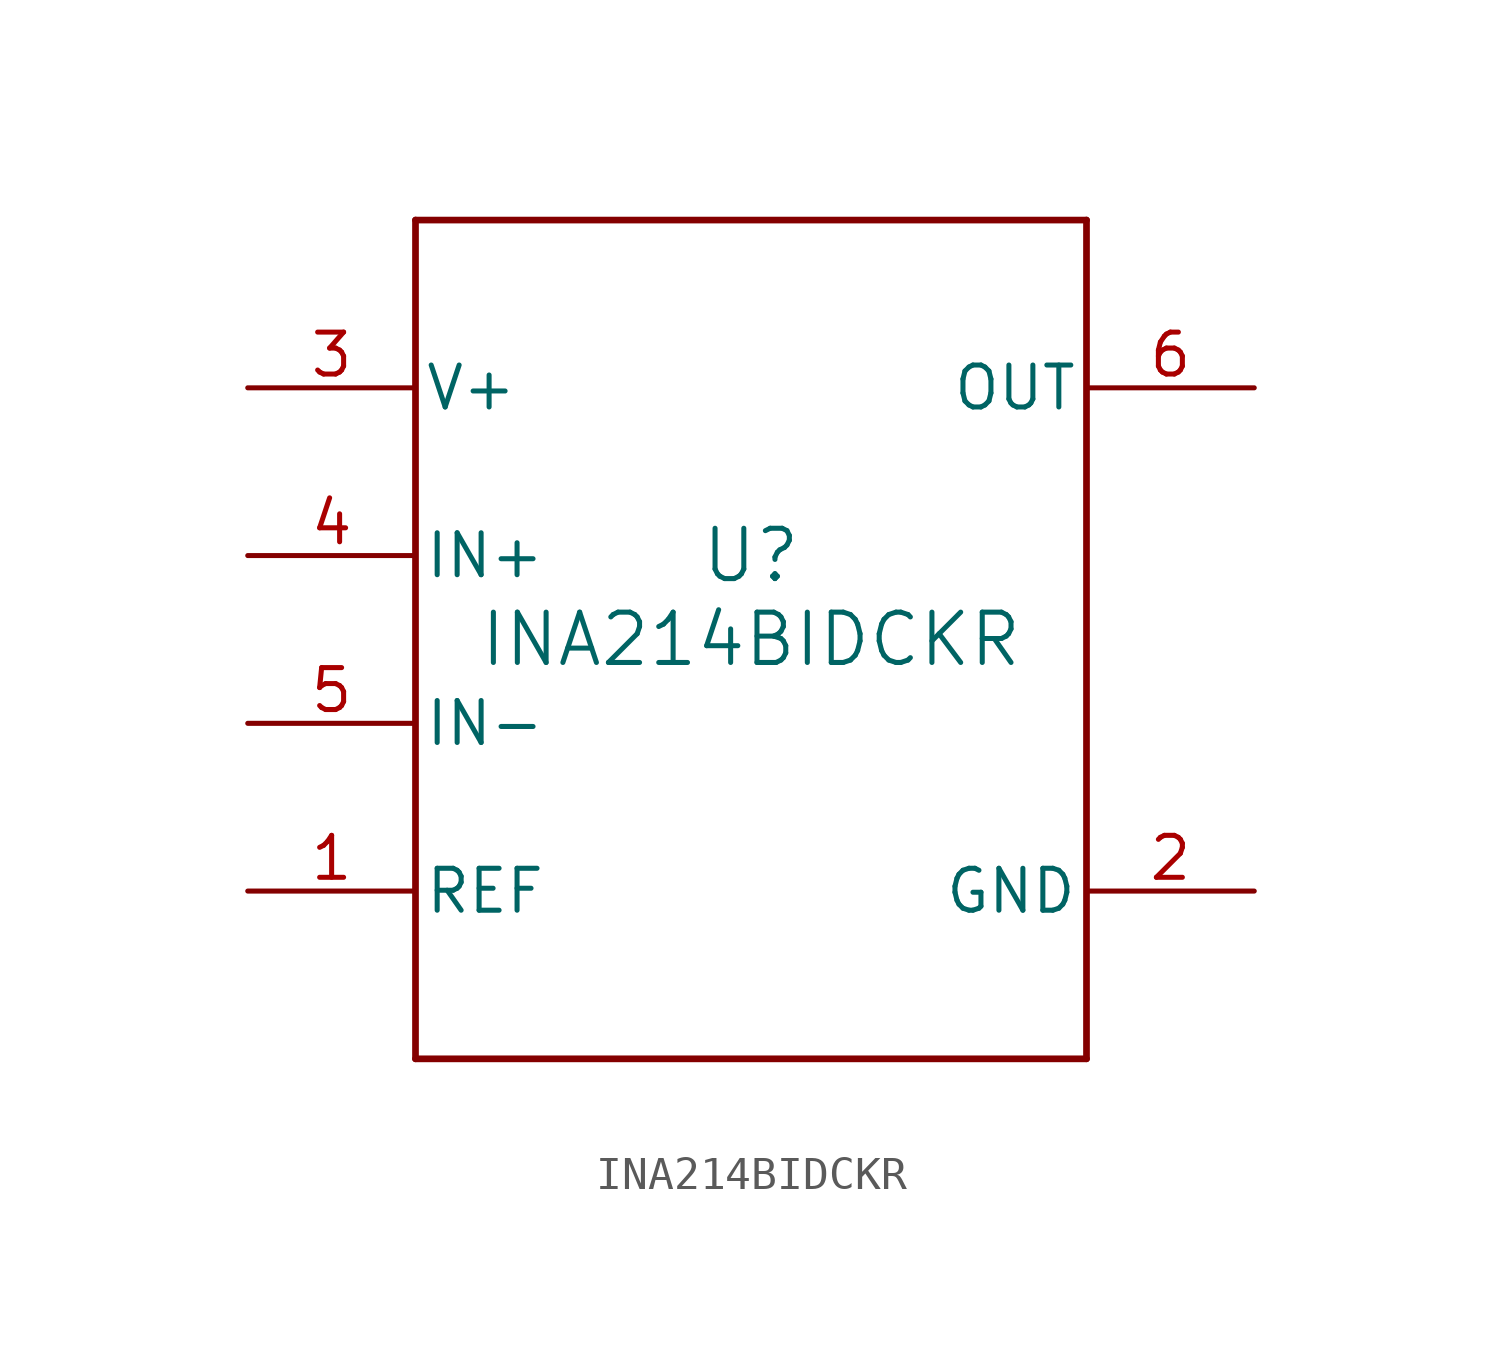
<source format=kicad_sym>
(kicad_symbol_lib
  (version 20211014)
  (generator kicad_symbol_editor)
  (symbol "INA214BIDCKR"
    (pin_names
      (offset 0.254))
    (property "Reference" "U"
      (at 0 2.54 0)
      (effects (font (size 1.524 1.524))))
    (property "Value" "INA214BIDCKR"
      (at 0 0 0)
      (effects (font (size 1.524 1.524))))
    (symbol "INA214BIDCKR_0_1"
      (polyline (pts (xy -10.16 -12.7) (xy 10.16 -12.7)) (stroke (width 0.203) (type default) (color 0 0 0 0)) (fill (type none)))
      (polyline (pts (xy 10.16 -12.7) (xy 10.16 12.7)) (stroke (width 0.203) (type default) (color 0 0 0 0)) (fill (type none)))
      (polyline (pts (xy 10.16 12.7) (xy -10.16 12.7)) (stroke (width 0.203) (type default) (color 0 0 0 0)) (fill (type none)))
      (polyline (pts (xy -10.16 12.7) (xy -10.16 -12.7)) (stroke (width 0.203) (type default) (color 0 0 0 0)) (fill (type none)))
      (pin input line (at -15.24 -7.62 0) (length 5.08) (name "REF" (effects (font (size 1.27 1.27)))) (number "1" (effects (font (size 1.27 1.27)))))
      (pin power_in line (at 15.24 -7.62 180) (length 5.08) (name "GND" (effects (font (size 1.27 1.27)))) (number "2" (effects (font (size 1.27 1.27)))))
      (pin power_in line (at -15.24 7.62 0) (length 5.08) (name "V+" (effects (font (size 1.27 1.27)))) (number "3" (effects (font (size 1.27 1.27)))))
      (pin input line (at -15.24 2.54 0) (length 5.08) (name "IN+" (effects (font (size 1.27 1.27)))) (number "4" (effects (font (size 1.27 1.27)))))
      (pin input line (at -15.24 -2.54 0) (length 5.08) (name "IN-" (effects (font (size 1.27 1.27)))) (number "5" (effects (font (size 1.27 1.27)))))
      (pin output line (at 15.24 7.62 180) (length 5.08) (name "OUT" (effects (font (size 1.27 1.27)))) (number "6" (effects (font (size 1.27 1.27))))))))
</source>
